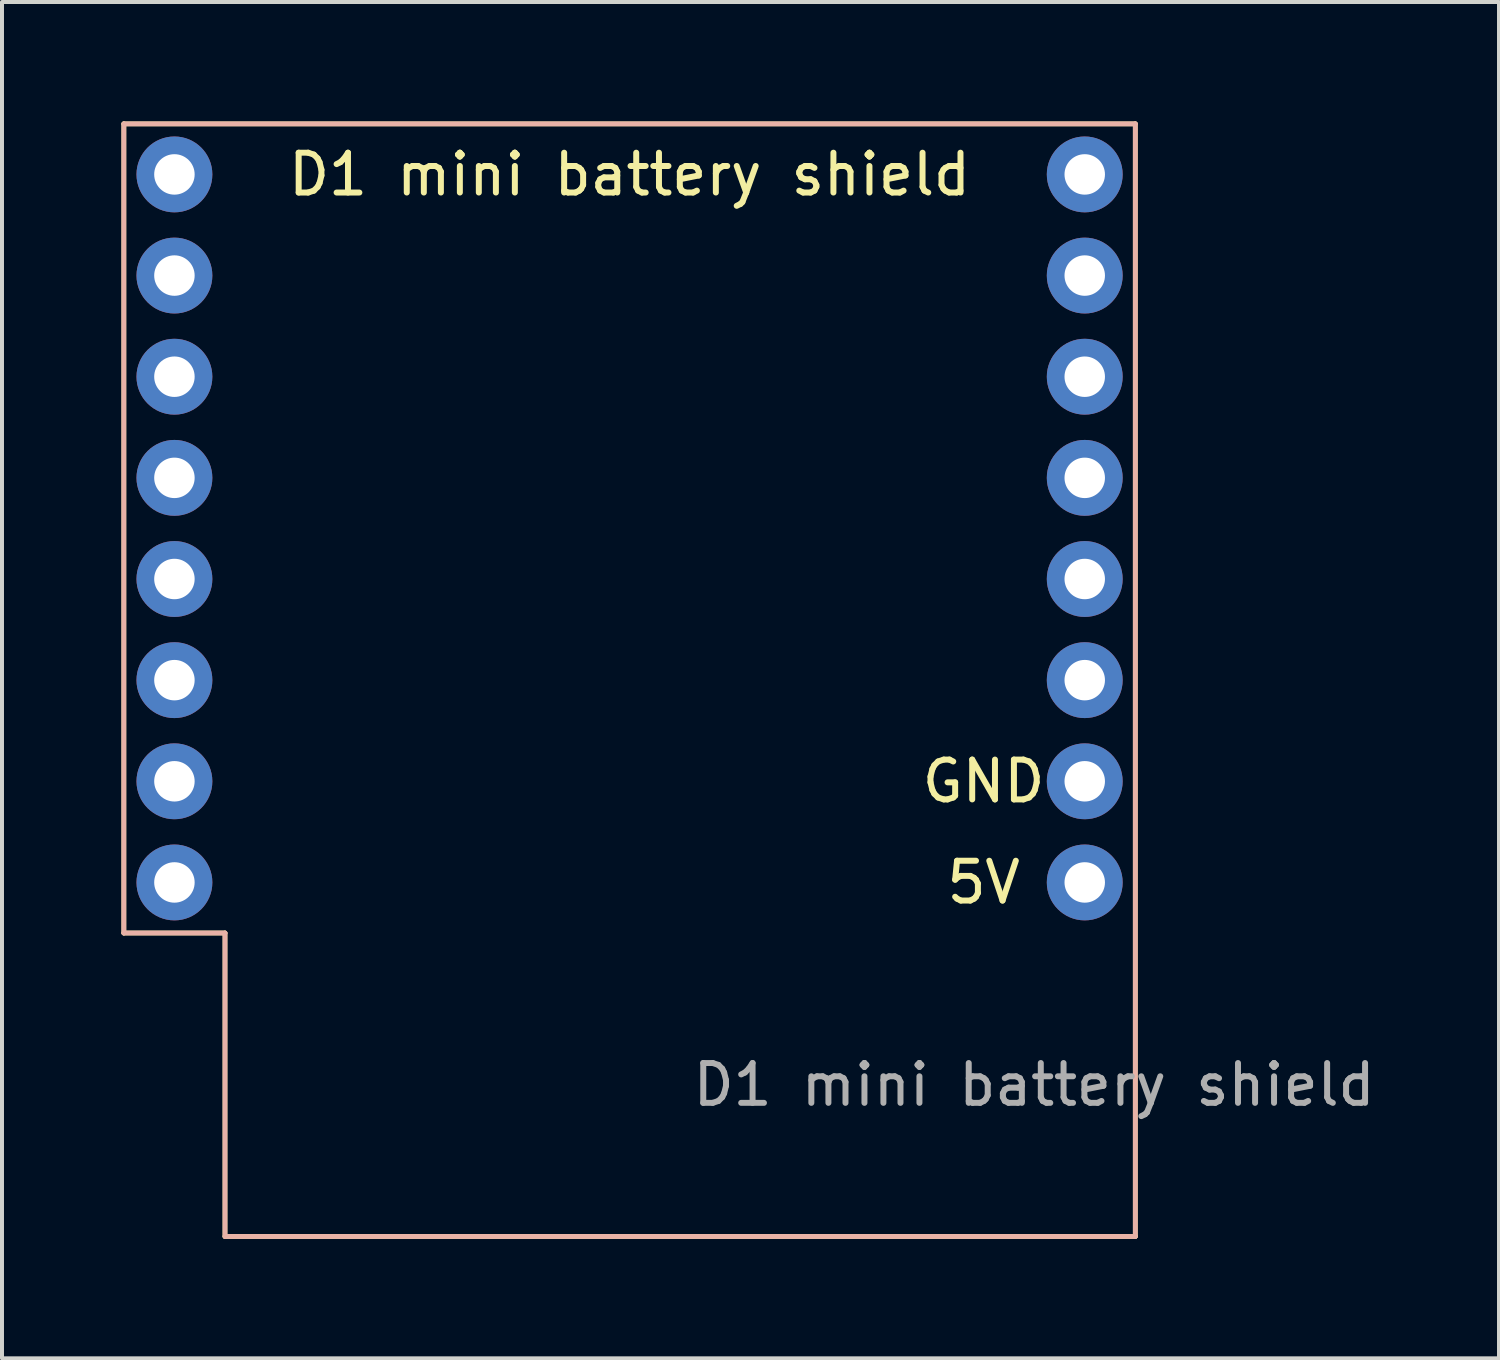
<source format=kicad_pcb>
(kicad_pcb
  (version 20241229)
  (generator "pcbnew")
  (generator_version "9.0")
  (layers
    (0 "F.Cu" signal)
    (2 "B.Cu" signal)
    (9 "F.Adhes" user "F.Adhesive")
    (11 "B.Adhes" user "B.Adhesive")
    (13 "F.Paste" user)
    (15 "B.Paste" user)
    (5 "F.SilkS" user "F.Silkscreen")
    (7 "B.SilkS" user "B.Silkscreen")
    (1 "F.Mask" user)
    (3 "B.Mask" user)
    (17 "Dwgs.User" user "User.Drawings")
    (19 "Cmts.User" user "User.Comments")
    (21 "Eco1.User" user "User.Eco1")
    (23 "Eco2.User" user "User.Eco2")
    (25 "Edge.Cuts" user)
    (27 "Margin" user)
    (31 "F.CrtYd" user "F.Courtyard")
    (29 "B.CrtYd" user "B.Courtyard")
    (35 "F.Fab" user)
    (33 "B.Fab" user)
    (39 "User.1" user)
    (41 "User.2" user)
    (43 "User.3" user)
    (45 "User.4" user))
  (footprint "D1 mini battery shield"
    (layer "F.Cu")
    (at 12.76 8.95)
    (property "Reference" "D1 mini battery shield" (at 0 -7.62 0) (unlocked yes) (layer "F.SilkS") (effects (font (size 1 1) (thickness 0.15))))
    (attr through_hole)
    (fp_line (start -12.7 -8.89) (end -12.7 11.43) (stroke (width 0.12) (type solid)) (layer "F.SilkS"))
    (fp_line (start -12.7 11.43) (end -10.16 11.43) (stroke (width 0.12) (type solid)) (layer "F.SilkS"))
    (fp_line (start -10.16 11.43) (end -10.16 19.05) (stroke (width 0.12) (type solid)) (layer "F.SilkS"))
    (fp_line (start -10.16 19.05) (end 12.7 19.05) (stroke (width 0.12) (type solid)) (layer "F.SilkS"))
    (fp_line (start 12.7 -8.89) (end -12.7 -8.89) (stroke (width 0.12) (type solid)) (layer "F.SilkS"))
    (fp_line (start 12.7 19.05) (end 12.7 -8.89) (stroke (width 0.12) (type solid)) (layer "F.SilkS"))
    (fp_line (start -12.7 -8.89) (end -12.7 11.43) (stroke (width 0.12) (type solid)) (layer "B.SilkS"))
    (fp_line (start -12.7 11.43) (end -10.16 11.43) (stroke (width 0.12) (type solid)) (layer "B.SilkS"))
    (fp_line (start -10.16 11.43) (end -10.16 19.05) (stroke (width 0.12) (type solid)) (layer "B.SilkS"))
    (fp_line (start -10.16 19.05) (end 12.7 19.05) (stroke (width 0.12) (type solid)) (layer "B.SilkS"))
    (fp_line (start 12.7 -8.89) (end -12.7 -8.89) (stroke (width 0.12) (type solid)) (layer "B.SilkS"))
    (fp_line (start 12.7 19.05) (end 12.7 -8.89) (stroke (width 0.12) (type solid)) (layer "B.SilkS"))
    (fp_text user "5V" (at 8.89 10.16 0) (unlocked yes) (layer "F.SilkS") (effects (font (size 1 1) (thickness 0.15))))
    (fp_text user "GND" (at 8.89 7.62 0) (unlocked yes) (layer "F.SilkS") (effects (font (size 1 1) (thickness 0.15))))
    (fp_text user "${REFERENCE}" (at 10.16 15.24 0) (unlocked yes) (layer "F.Fab") (effects (font (size 1 1) (thickness 0.15))))
    (pad "1" thru_hole circle (at -11.43 -7.62) (size 1.905 1.905) (drill 1.016) (layers "*.Cu" "*.Mask"))
    (pad "2" thru_hole circle (at -11.43 -5.08) (size 1.905 1.905) (drill 1.016) (layers "*.Cu" "*.Mask"))
    (pad "3" thru_hole circle (at -11.43 -2.54) (size 1.905 1.905) (drill 1.016) (layers "*.Cu" "*.Mask"))
    (pad "4" thru_hole circle (at -11.43 0) (size 1.905 1.905) (drill 1.016) (layers "*.Cu" "*.Mask"))
    (pad "5" thru_hole circle (at -11.43 2.54) (size 1.905 1.905) (drill 1.016) (layers "*.Cu" "*.Mask"))
    (pad "6" thru_hole circle (at -11.43 5.08) (size 1.905 1.905) (drill 1.016) (layers "*.Cu" "*.Mask"))
    (pad "7" thru_hole circle (at -11.43 7.62) (size 1.905 1.905) (drill 1.016) (layers "*.Cu" "*.Mask"))
    (pad "8" thru_hole circle (at -11.43 10.16) (size 1.905 1.905) (drill 1.016) (layers "*.Cu" "*.Mask"))
    (pad "9" thru_hole circle (at 11.43 10.16) (size 1.905 1.905) (drill 1.016) (layers "*.Cu" "*.Mask"))
    (pad "10" thru_hole circle (at 11.43 7.62) (size 1.905 1.905) (drill 1.016) (layers "*.Cu" "*.Mask"))
    (pad "11" thru_hole circle (at 11.43 5.08) (size 1.905 1.905) (drill 1.016) (layers "*.Cu" "*.Mask"))
    (pad "12" thru_hole circle (at 11.43 2.54) (size 1.905 1.905) (drill 1.016) (layers "*.Cu" "*.Mask"))
    (pad "13" thru_hole circle (at 11.43 0) (size 1.905 1.905) (drill 1.016) (layers "*.Cu" "*.Mask"))
    (pad "14" thru_hole circle (at 11.43 -2.54) (size 1.905 1.905) (drill 1.016) (layers "*.Cu" "*.Mask"))
    (pad "15" thru_hole circle (at 11.43 -5.08) (size 1.905 1.905) (drill 1.016) (layers "*.Cu" "*.Mask"))
    (pad "16" thru_hole circle (at 11.43 -7.62) (size 1.905 1.905) (drill 1.016) (layers "*.Cu" "*.Mask")))
  (gr_rect
    (start -3 -3)
    (end 34.593 31.06)
    (stroke (width 0.1) (type default))
    (fill no)
    (layer "Edge.Cuts")))
</source>
